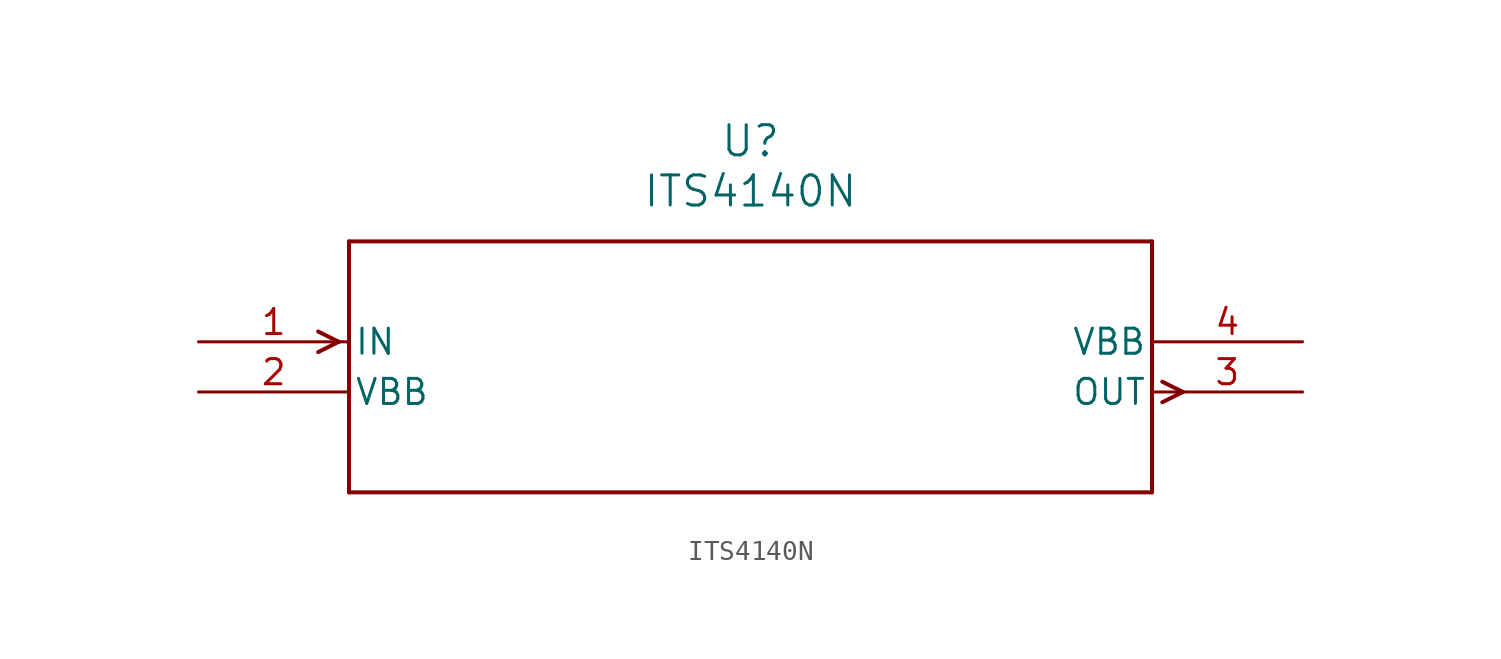
<source format=kicad_sym>
(kicad_symbol_lib
  (version 20211014)
  (generator kicad_symbol_editor)
  (symbol "ITS4140N"
    (pin_names
      (offset 0.254))
    (property "Reference" "U"
      (at 27.94 10.16 0)
      (effects (font (size 1.524 1.524))))
    (property "Value" "ITS4140N"
      (at 27.94 7.62 0)
      (effects (font (size 1.524 1.524))))
    (symbol "ITS4140N_0_1"
      (polyline (pts (xy 7.099 0) (xy 6.058 0.521)) (stroke (width 0.203) (type default) (color 0 0 0 0)) (fill (type none)))
      (polyline (pts (xy 7.099 0) (xy 6.058 -0.521)) (stroke (width 0.203) (type default) (color 0 0 0 0)) (fill (type none)))
      (polyline (pts (xy 48.781 -2.019) (xy 49.822 -2.54)) (stroke (width 0.203) (type default) (color 0 0 0 0)) (fill (type none)))
      (polyline (pts (xy 48.781 -3.061) (xy 49.822 -2.54)) (stroke (width 0.203) (type default) (color 0 0 0 0)) (fill (type none)))
      (polyline (pts (xy 7.62 5.08) (xy 7.62 -7.62)) (stroke (width 0.203) (type default) (color 0 0 0 0)) (fill (type none)))
      (polyline (pts (xy 7.62 -7.62) (xy 48.26 -7.62)) (stroke (width 0.203) (type default) (color 0 0 0 0)) (fill (type none)))
      (polyline (pts (xy 48.26 -7.62) (xy 48.26 5.08)) (stroke (width 0.203) (type default) (color 0 0 0 0)) (fill (type none)))
      (polyline (pts (xy 48.26 5.08) (xy 7.62 5.08)) (stroke (width 0.203) (type default) (color 0 0 0 0)) (fill (type none)))
      (pin input line (at 0 0 0) (length 7.62) (name "IN" (effects (font (size 1.27 1.27)))) (number "1" (effects (font (size 1.27 1.27)))))
      (pin power_in line (at 0 -2.54 0) (length 7.62) (name "VBB" (effects (font (size 1.27 1.27)))) (number "2" (effects (font (size 1.27 1.27)))))
      (pin output line (at 55.88 -2.54 180) (length 7.62) (name "OUT" (effects (font (size 1.27 1.27)))) (number "3" (effects (font (size 1.27 1.27)))))
      (pin power_in line (at 55.88 0 180) (length 7.62) (name "VBB" (effects (font (size 1.27 1.27)))) (number "4" (effects (font (size 1.27 1.27))))))))
</source>
